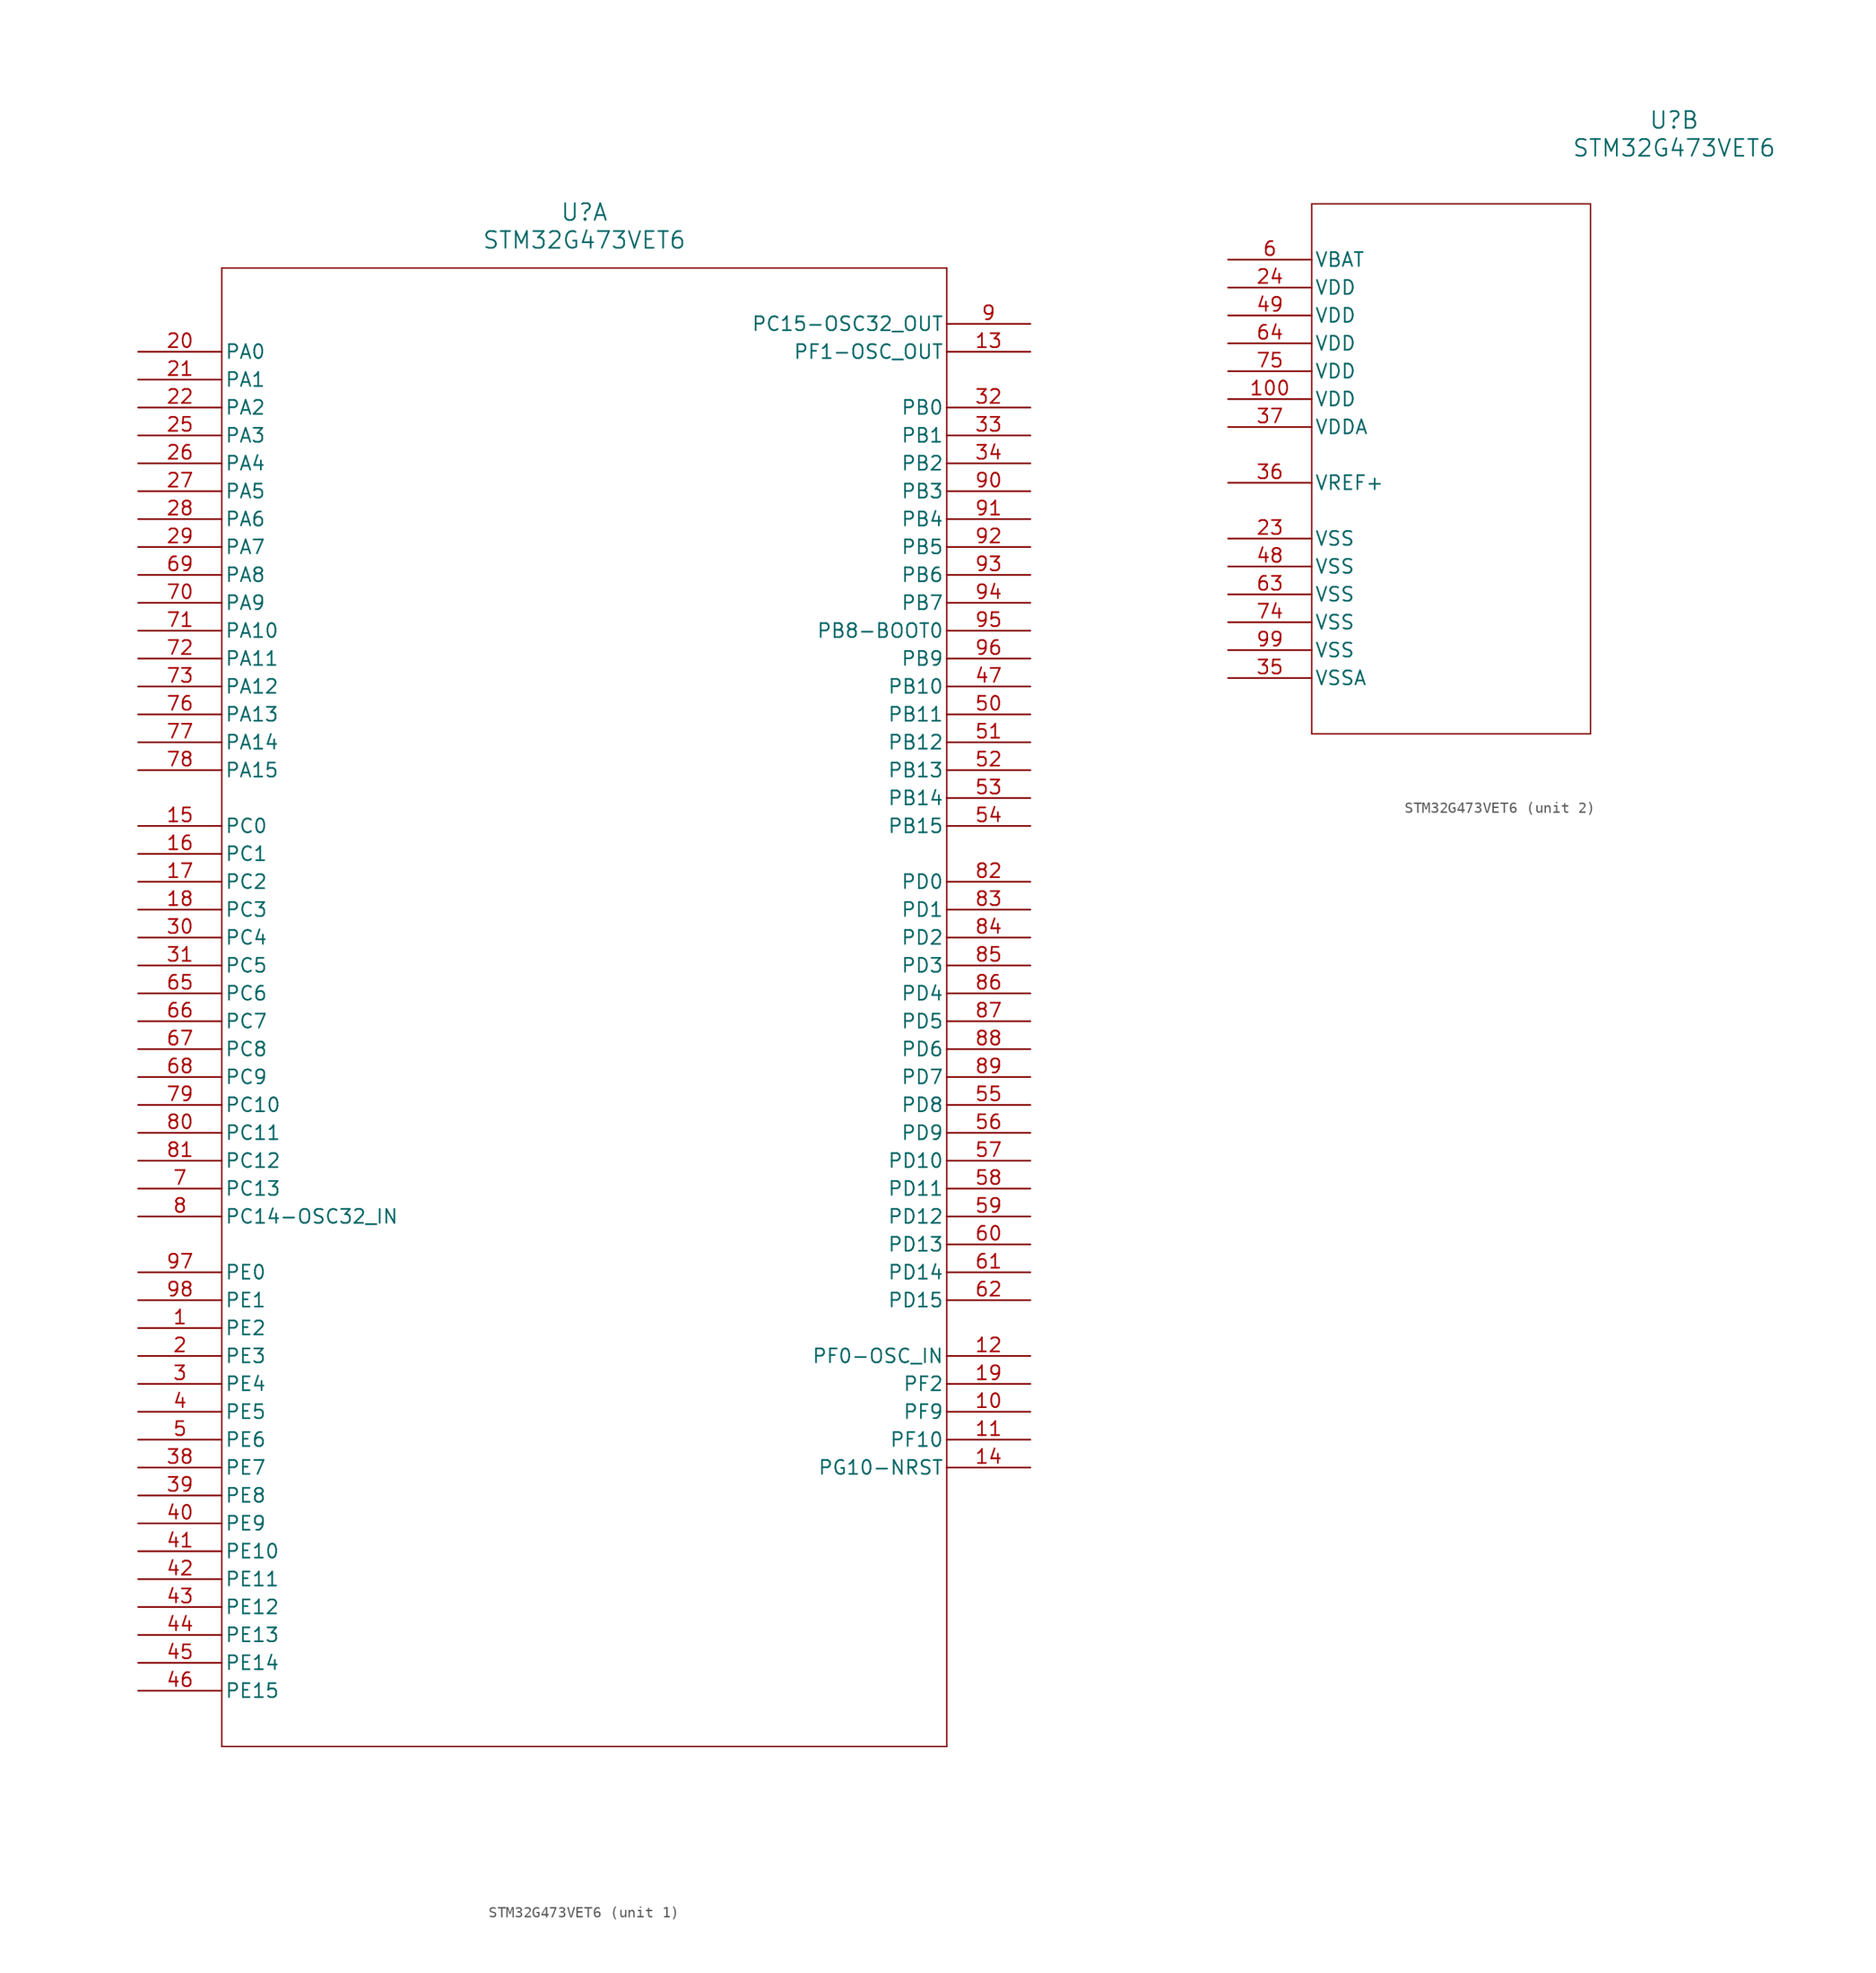
<source format=kicad_sym>
(kicad_symbol_lib
  (version 20211014)
  (generator kicad_symbol_editor)
  (symbol "STM32G473VET6"
    (pin_names
      (offset 0.254))
    (property "Reference" "U"
      (at 40.64 12.7 0)
      (effects (font (size 1.524 1.524))))
    (property "Value" "STM32G473VET6"
      (at 40.64 10.16 0)
      (effects (font (size 1.524 1.524))))
    (symbol "STM32G473VET6_1_1"
      (polyline (pts (xy 7.62 7.62) (xy 7.62 -127)) (stroke (width 0.127) (type default) (color 0 0 0 0)) (fill (type none)))
      (polyline (pts (xy 7.62 -127) (xy 73.66 -127)) (stroke (width 0.127) (type default) (color 0 0 0 0)) (fill (type none)))
      (polyline (pts (xy 73.66 -127) (xy 73.66 7.62)) (stroke (width 0.127) (type default) (color 0 0 0 0)) (fill (type none)))
      (polyline (pts (xy 73.66 7.62) (xy 7.62 7.62)) (stroke (width 0.127) (type default) (color 0 0 0 0)) (fill (type none)))
      (pin bidirectional line (at 0 -88.9 0) (length 7.62) (name "PE2" (effects (font (size 1.27 1.27)))) (number "1" (effects (font (size 1.27 1.27)))))
      (pin bidirectional line (at 0 -91.44 0) (length 7.62) (name "PE3" (effects (font (size 1.27 1.27)))) (number "2" (effects (font (size 1.27 1.27)))))
      (pin bidirectional line (at 0 -93.98 0) (length 7.62) (name "PE4" (effects (font (size 1.27 1.27)))) (number "3" (effects (font (size 1.27 1.27)))))
      (pin bidirectional line (at 0 -96.52 0) (length 7.62) (name "PE5" (effects (font (size 1.27 1.27)))) (number "4" (effects (font (size 1.27 1.27)))))
      (pin bidirectional line (at 0 -99.06 0) (length 7.62) (name "PE6" (effects (font (size 1.27 1.27)))) (number "5" (effects (font (size 1.27 1.27)))))
      (pin bidirectional line (at 0 -76.2 0) (length 7.62) (name "PC13" (effects (font (size 1.27 1.27)))) (number "7" (effects (font (size 1.27 1.27)))))
      (pin bidirectional line (at 0 -78.74 0) (length 7.62) (name "PC14-OSC32_IN" (effects (font (size 1.27 1.27)))) (number "8" (effects (font (size 1.27 1.27)))))
      (pin bidirectional line (at 81.28 2.54 180) (length 7.62) (name "PC15-OSC32_OUT" (effects (font (size 1.27 1.27)))) (number "9" (effects (font (size 1.27 1.27)))))
      (pin bidirectional line (at 81.28 -96.52 180) (length 7.62) (name "PF9" (effects (font (size 1.27 1.27)))) (number "10" (effects (font (size 1.27 1.27)))))
      (pin bidirectional line (at 81.28 -99.06 180) (length 7.62) (name "PF10" (effects (font (size 1.27 1.27)))) (number "11" (effects (font (size 1.27 1.27)))))
      (pin bidirectional line (at 81.28 -91.44 180) (length 7.62) (name "PF0-OSC_IN" (effects (font (size 1.27 1.27)))) (number "12" (effects (font (size 1.27 1.27)))))
      (pin bidirectional line (at 81.28 0 180) (length 7.62) (name "PF1-OSC_OUT" (effects (font (size 1.27 1.27)))) (number "13" (effects (font (size 1.27 1.27)))))
      (pin bidirectional line (at 81.28 -101.6 180) (length 7.62) (name "PG10-NRST" (effects (font (size 1.27 1.27)))) (number "14" (effects (font (size 1.27 1.27)))))
      (pin bidirectional line (at 0 -43.18 0) (length 7.62) (name "PC0" (effects (font (size 1.27 1.27)))) (number "15" (effects (font (size 1.27 1.27)))))
      (pin bidirectional line (at 0 -45.72 0) (length 7.62) (name "PC1" (effects (font (size 1.27 1.27)))) (number "16" (effects (font (size 1.27 1.27)))))
      (pin bidirectional line (at 0 -48.26 0) (length 7.62) (name "PC2" (effects (font (size 1.27 1.27)))) (number "17" (effects (font (size 1.27 1.27)))))
      (pin bidirectional line (at 0 -50.8 0) (length 7.62) (name "PC3" (effects (font (size 1.27 1.27)))) (number "18" (effects (font (size 1.27 1.27)))))
      (pin bidirectional line (at 81.28 -93.98 180) (length 7.62) (name "PF2" (effects (font (size 1.27 1.27)))) (number "19" (effects (font (size 1.27 1.27)))))
      (pin bidirectional line (at 0 0 0) (length 7.62) (name "PA0" (effects (font (size 1.27 1.27)))) (number "20" (effects (font (size 1.27 1.27)))))
      (pin bidirectional line (at 0 -2.54 0) (length 7.62) (name "PA1" (effects (font (size 1.27 1.27)))) (number "21" (effects (font (size 1.27 1.27)))))
      (pin bidirectional line (at 0 -5.08 0) (length 7.62) (name "PA2" (effects (font (size 1.27 1.27)))) (number "22" (effects (font (size 1.27 1.27)))))
      (pin bidirectional line (at 0 -7.62 0) (length 7.62) (name "PA3" (effects (font (size 1.27 1.27)))) (number "25" (effects (font (size 1.27 1.27)))))
      (pin bidirectional line (at 0 -10.16 0) (length 7.62) (name "PA4" (effects (font (size 1.27 1.27)))) (number "26" (effects (font (size 1.27 1.27)))))
      (pin bidirectional line (at 0 -12.7 0) (length 7.62) (name "PA5" (effects (font (size 1.27 1.27)))) (number "27" (effects (font (size 1.27 1.27)))))
      (pin bidirectional line (at 0 -15.24 0) (length 7.62) (name "PA6" (effects (font (size 1.27 1.27)))) (number "28" (effects (font (size 1.27 1.27)))))
      (pin bidirectional line (at 0 -17.78 0) (length 7.62) (name "PA7" (effects (font (size 1.27 1.27)))) (number "29" (effects (font (size 1.27 1.27)))))
      (pin bidirectional line (at 0 -53.34 0) (length 7.62) (name "PC4" (effects (font (size 1.27 1.27)))) (number "30" (effects (font (size 1.27 1.27)))))
      (pin bidirectional line (at 0 -55.88 0) (length 7.62) (name "PC5" (effects (font (size 1.27 1.27)))) (number "31" (effects (font (size 1.27 1.27)))))
      (pin bidirectional line (at 81.28 -5.08 180) (length 7.62) (name "PB0" (effects (font (size 1.27 1.27)))) (number "32" (effects (font (size 1.27 1.27)))))
      (pin bidirectional line (at 81.28 -7.62 180) (length 7.62) (name "PB1" (effects (font (size 1.27 1.27)))) (number "33" (effects (font (size 1.27 1.27)))))
      (pin bidirectional line (at 81.28 -10.16 180) (length 7.62) (name "PB2" (effects (font (size 1.27 1.27)))) (number "34" (effects (font (size 1.27 1.27)))))
      (pin bidirectional line (at 0 -101.6 0) (length 7.62) (name "PE7" (effects (font (size 1.27 1.27)))) (number "38" (effects (font (size 1.27 1.27)))))
      (pin bidirectional line (at 0 -104.14 0) (length 7.62) (name "PE8" (effects (font (size 1.27 1.27)))) (number "39" (effects (font (size 1.27 1.27)))))
      (pin bidirectional line (at 0 -106.68 0) (length 7.62) (name "PE9" (effects (font (size 1.27 1.27)))) (number "40" (effects (font (size 1.27 1.27)))))
      (pin bidirectional line (at 0 -109.22 0) (length 7.62) (name "PE10" (effects (font (size 1.27 1.27)))) (number "41" (effects (font (size 1.27 1.27)))))
      (pin bidirectional line (at 0 -111.76 0) (length 7.62) (name "PE11" (effects (font (size 1.27 1.27)))) (number "42" (effects (font (size 1.27 1.27)))))
      (pin bidirectional line (at 0 -114.3 0) (length 7.62) (name "PE12" (effects (font (size 1.27 1.27)))) (number "43" (effects (font (size 1.27 1.27)))))
      (pin bidirectional line (at 0 -116.84 0) (length 7.62) (name "PE13" (effects (font (size 1.27 1.27)))) (number "44" (effects (font (size 1.27 1.27)))))
      (pin bidirectional line (at 0 -119.38 0) (length 7.62) (name "PE14" (effects (font (size 1.27 1.27)))) (number "45" (effects (font (size 1.27 1.27)))))
      (pin bidirectional line (at 0 -121.92 0) (length 7.62) (name "PE15" (effects (font (size 1.27 1.27)))) (number "46" (effects (font (size 1.27 1.27)))))
      (pin bidirectional line (at 81.28 -30.48 180) (length 7.62) (name "PB10" (effects (font (size 1.27 1.27)))) (number "47" (effects (font (size 1.27 1.27)))))
      (pin bidirectional line (at 81.28 -33.02 180) (length 7.62) (name "PB11" (effects (font (size 1.27 1.27)))) (number "50" (effects (font (size 1.27 1.27)))))
      (pin bidirectional line (at 81.28 -35.56 180) (length 7.62) (name "PB12" (effects (font (size 1.27 1.27)))) (number "51" (effects (font (size 1.27 1.27)))))
      (pin bidirectional line (at 81.28 -38.1 180) (length 7.62) (name "PB13" (effects (font (size 1.27 1.27)))) (number "52" (effects (font (size 1.27 1.27)))))
      (pin bidirectional line (at 81.28 -40.64 180) (length 7.62) (name "PB14" (effects (font (size 1.27 1.27)))) (number "53" (effects (font (size 1.27 1.27)))))
      (pin bidirectional line (at 81.28 -43.18 180) (length 7.62) (name "PB15" (effects (font (size 1.27 1.27)))) (number "54" (effects (font (size 1.27 1.27)))))
      (pin bidirectional line (at 81.28 -68.58 180) (length 7.62) (name "PD8" (effects (font (size 1.27 1.27)))) (number "55" (effects (font (size 1.27 1.27)))))
      (pin bidirectional line (at 81.28 -71.12 180) (length 7.62) (name "PD9" (effects (font (size 1.27 1.27)))) (number "56" (effects (font (size 1.27 1.27)))))
      (pin bidirectional line (at 81.28 -73.66 180) (length 7.62) (name "PD10" (effects (font (size 1.27 1.27)))) (number "57" (effects (font (size 1.27 1.27)))))
      (pin bidirectional line (at 81.28 -76.2 180) (length 7.62) (name "PD11" (effects (font (size 1.27 1.27)))) (number "58" (effects (font (size 1.27 1.27)))))
      (pin bidirectional line (at 81.28 -78.74 180) (length 7.62) (name "PD12" (effects (font (size 1.27 1.27)))) (number "59" (effects (font (size 1.27 1.27)))))
      (pin bidirectional line (at 81.28 -81.28 180) (length 7.62) (name "PD13" (effects (font (size 1.27 1.27)))) (number "60" (effects (font (size 1.27 1.27)))))
      (pin bidirectional line (at 81.28 -83.82 180) (length 7.62) (name "PD14" (effects (font (size 1.27 1.27)))) (number "61" (effects (font (size 1.27 1.27)))))
      (pin bidirectional line (at 81.28 -86.36 180) (length 7.62) (name "PD15" (effects (font (size 1.27 1.27)))) (number "62" (effects (font (size 1.27 1.27)))))
      (pin bidirectional line (at 0 -58.42 0) (length 7.62) (name "PC6" (effects (font (size 1.27 1.27)))) (number "65" (effects (font (size 1.27 1.27)))))
      (pin bidirectional line (at 0 -60.96 0) (length 7.62) (name "PC7" (effects (font (size 1.27 1.27)))) (number "66" (effects (font (size 1.27 1.27)))))
      (pin bidirectional line (at 0 -63.5 0) (length 7.62) (name "PC8" (effects (font (size 1.27 1.27)))) (number "67" (effects (font (size 1.27 1.27)))))
      (pin bidirectional line (at 0 -66.04 0) (length 7.62) (name "PC9" (effects (font (size 1.27 1.27)))) (number "68" (effects (font (size 1.27 1.27)))))
      (pin bidirectional line (at 0 -20.32 0) (length 7.62) (name "PA8" (effects (font (size 1.27 1.27)))) (number "69" (effects (font (size 1.27 1.27)))))
      (pin bidirectional line (at 0 -22.86 0) (length 7.62) (name "PA9" (effects (font (size 1.27 1.27)))) (number "70" (effects (font (size 1.27 1.27)))))
      (pin bidirectional line (at 0 -25.4 0) (length 7.62) (name "PA10" (effects (font (size 1.27 1.27)))) (number "71" (effects (font (size 1.27 1.27)))))
      (pin bidirectional line (at 0 -27.94 0) (length 7.62) (name "PA11" (effects (font (size 1.27 1.27)))) (number "72" (effects (font (size 1.27 1.27)))))
      (pin bidirectional line (at 0 -30.48 0) (length 7.62) (name "PA12" (effects (font (size 1.27 1.27)))) (number "73" (effects (font (size 1.27 1.27)))))
      (pin bidirectional line (at 0 -33.02 0) (length 7.62) (name "PA13" (effects (font (size 1.27 1.27)))) (number "76" (effects (font (size 1.27 1.27)))))
      (pin bidirectional line (at 0 -35.56 0) (length 7.62) (name "PA14" (effects (font (size 1.27 1.27)))) (number "77" (effects (font (size 1.27 1.27)))))
      (pin bidirectional line (at 0 -38.1 0) (length 7.62) (name "PA15" (effects (font (size 1.27 1.27)))) (number "78" (effects (font (size 1.27 1.27)))))
      (pin bidirectional line (at 0 -68.58 0) (length 7.62) (name "PC10" (effects (font (size 1.27 1.27)))) (number "79" (effects (font (size 1.27 1.27)))))
      (pin bidirectional line (at 0 -71.12 0) (length 7.62) (name "PC11" (effects (font (size 1.27 1.27)))) (number "80" (effects (font (size 1.27 1.27)))))
      (pin bidirectional line (at 0 -73.66 0) (length 7.62) (name "PC12" (effects (font (size 1.27 1.27)))) (number "81" (effects (font (size 1.27 1.27)))))
      (pin bidirectional line (at 81.28 -48.26 180) (length 7.62) (name "PD0" (effects (font (size 1.27 1.27)))) (number "82" (effects (font (size 1.27 1.27)))))
      (pin bidirectional line (at 81.28 -50.8 180) (length 7.62) (name "PD1" (effects (font (size 1.27 1.27)))) (number "83" (effects (font (size 1.27 1.27)))))
      (pin bidirectional line (at 81.28 -53.34 180) (length 7.62) (name "PD2" (effects (font (size 1.27 1.27)))) (number "84" (effects (font (size 1.27 1.27)))))
      (pin bidirectional line (at 81.28 -55.88 180) (length 7.62) (name "PD3" (effects (font (size 1.27 1.27)))) (number "85" (effects (font (size 1.27 1.27)))))
      (pin bidirectional line (at 81.28 -58.42 180) (length 7.62) (name "PD4" (effects (font (size 1.27 1.27)))) (number "86" (effects (font (size 1.27 1.27)))))
      (pin bidirectional line (at 81.28 -60.96 180) (length 7.62) (name "PD5" (effects (font (size 1.27 1.27)))) (number "87" (effects (font (size 1.27 1.27)))))
      (pin bidirectional line (at 81.28 -63.5 180) (length 7.62) (name "PD6" (effects (font (size 1.27 1.27)))) (number "88" (effects (font (size 1.27 1.27)))))
      (pin bidirectional line (at 81.28 -66.04 180) (length 7.62) (name "PD7" (effects (font (size 1.27 1.27)))) (number "89" (effects (font (size 1.27 1.27)))))
      (pin bidirectional line (at 81.28 -12.7 180) (length 7.62) (name "PB3" (effects (font (size 1.27 1.27)))) (number "90" (effects (font (size 1.27 1.27)))))
      (pin bidirectional line (at 81.28 -15.24 180) (length 7.62) (name "PB4" (effects (font (size 1.27 1.27)))) (number "91" (effects (font (size 1.27 1.27)))))
      (pin bidirectional line (at 81.28 -17.78 180) (length 7.62) (name "PB5" (effects (font (size 1.27 1.27)))) (number "92" (effects (font (size 1.27 1.27)))))
      (pin bidirectional line (at 81.28 -20.32 180) (length 7.62) (name "PB6" (effects (font (size 1.27 1.27)))) (number "93" (effects (font (size 1.27 1.27)))))
      (pin bidirectional line (at 81.28 -22.86 180) (length 7.62) (name "PB7" (effects (font (size 1.27 1.27)))) (number "94" (effects (font (size 1.27 1.27)))))
      (pin bidirectional line (at 81.28 -25.4 180) (length 7.62) (name "PB8-BOOT0" (effects (font (size 1.27 1.27)))) (number "95" (effects (font (size 1.27 1.27)))))
      (pin bidirectional line (at 81.28 -27.94 180) (length 7.62) (name "PB9" (effects (font (size 1.27 1.27)))) (number "96" (effects (font (size 1.27 1.27)))))
      (pin bidirectional line (at 0 -83.82 0) (length 7.62) (name "PE0" (effects (font (size 1.27 1.27)))) (number "97" (effects (font (size 1.27 1.27)))))
      (pin bidirectional line (at 0 -86.36 0) (length 7.62) (name "PE1" (effects (font (size 1.27 1.27)))) (number "98" (effects (font (size 1.27 1.27))))))
    (symbol "STM32G473VET6_2_1"
      (polyline (pts (xy 7.62 5.08) (xy 7.62 -43.18)) (stroke (width 0.127) (type default) (color 0 0 0 0)) (fill (type none)))
      (polyline (pts (xy 7.62 -43.18) (xy 33.02 -43.18)) (stroke (width 0.127) (type default) (color 0 0 0 0)) (fill (type none)))
      (polyline (pts (xy 33.02 -43.18) (xy 33.02 5.08)) (stroke (width 0.127) (type default) (color 0 0 0 0)) (fill (type none)))
      (polyline (pts (xy 33.02 5.08) (xy 7.62 5.08)) (stroke (width 0.127) (type default) (color 0 0 0 0)) (fill (type none)))
      (pin power_in line (at 0 0 0) (length 7.62) (name "VBAT" (effects (font (size 1.27 1.27)))) (number "6" (effects (font (size 1.27 1.27)))))
      (pin power_in line (at 0 -25.4 0) (length 7.62) (name "VSS" (effects (font (size 1.27 1.27)))) (number "23" (effects (font (size 1.27 1.27)))))
      (pin power_in line (at 0 -2.54 0) (length 7.62) (name "VDD" (effects (font (size 1.27 1.27)))) (number "24" (effects (font (size 1.27 1.27)))))
      (pin power_in line (at 0 -38.1 0) (length 7.62) (name "VSSA" (effects (font (size 1.27 1.27)))) (number "35" (effects (font (size 1.27 1.27)))))
      (pin power_in line (at 0 -20.32 0) (length 7.62) (name "VREF+" (effects (font (size 1.27 1.27)))) (number "36" (effects (font (size 1.27 1.27)))))
      (pin power_in line (at 0 -15.24 0) (length 7.62) (name "VDDA" (effects (font (size 1.27 1.27)))) (number "37" (effects (font (size 1.27 1.27)))))
      (pin power_in line (at 0 -27.94 0) (length 7.62) (name "VSS" (effects (font (size 1.27 1.27)))) (number "48" (effects (font (size 1.27 1.27)))))
      (pin power_in line (at 0 -5.08 0) (length 7.62) (name "VDD" (effects (font (size 1.27 1.27)))) (number "49" (effects (font (size 1.27 1.27)))))
      (pin power_in line (at 0 -30.48 0) (length 7.62) (name "VSS" (effects (font (size 1.27 1.27)))) (number "63" (effects (font (size 1.27 1.27)))))
      (pin power_in line (at 0 -7.62 0) (length 7.62) (name "VDD" (effects (font (size 1.27 1.27)))) (number "64" (effects (font (size 1.27 1.27)))))
      (pin power_in line (at 0 -33.02 0) (length 7.62) (name "VSS" (effects (font (size 1.27 1.27)))) (number "74" (effects (font (size 1.27 1.27)))))
      (pin power_in line (at 0 -10.16 0) (length 7.62) (name "VDD" (effects (font (size 1.27 1.27)))) (number "75" (effects (font (size 1.27 1.27)))))
      (pin power_in line (at 0 -35.56 0) (length 7.62) (name "VSS" (effects (font (size 1.27 1.27)))) (number "99" (effects (font (size 1.27 1.27)))))
      (pin power_in line (at 0 -12.7 0) (length 7.62) (name "VDD" (effects (font (size 1.27 1.27)))) (number "100" (effects (font (size 1.27 1.27))))))))
</source>
